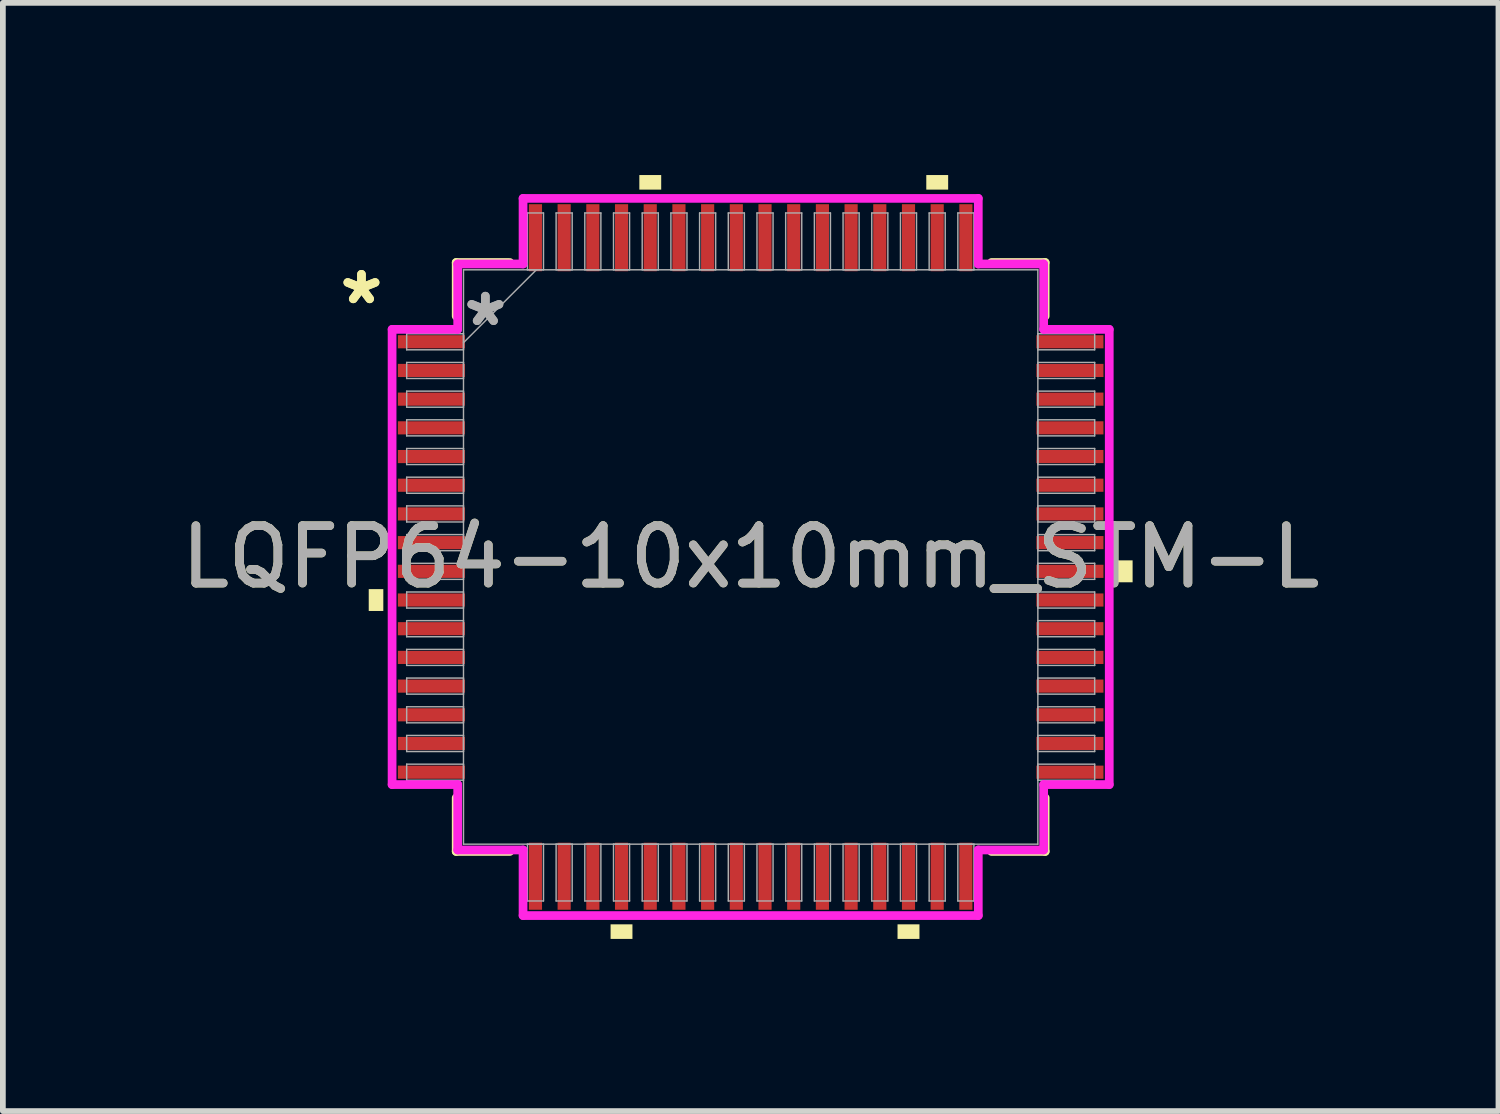
<source format=kicad_pcb>
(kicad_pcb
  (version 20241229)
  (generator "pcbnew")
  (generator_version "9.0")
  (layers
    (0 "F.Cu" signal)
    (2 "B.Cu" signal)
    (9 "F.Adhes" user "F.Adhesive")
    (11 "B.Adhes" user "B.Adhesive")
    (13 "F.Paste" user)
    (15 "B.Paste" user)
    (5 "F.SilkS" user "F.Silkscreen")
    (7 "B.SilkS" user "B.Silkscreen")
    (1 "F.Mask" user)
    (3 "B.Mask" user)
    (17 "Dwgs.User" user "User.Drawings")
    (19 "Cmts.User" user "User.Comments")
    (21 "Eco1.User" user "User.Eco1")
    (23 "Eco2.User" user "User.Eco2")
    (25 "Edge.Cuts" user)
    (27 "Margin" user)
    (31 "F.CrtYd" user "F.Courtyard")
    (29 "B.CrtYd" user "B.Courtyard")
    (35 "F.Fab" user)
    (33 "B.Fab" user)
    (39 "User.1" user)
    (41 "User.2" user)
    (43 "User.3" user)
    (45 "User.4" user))
  (footprint "LQFP64-10x10mm_STM-L"
    (layer "F.Cu")
    (at 10.03 6.655)
    (property "Reference" "LQFP64-10x10mm_STM-L" (at 0 0 0) (unlocked yes) (layer "F.SilkS") (effects (font (size 1 1) (thickness 0.15))))
    (attr smd)
    (fp_line (start -5.131 -5.131) (end -5.131 -4.197) (stroke (width 0.152) (type solid)) (layer "F.SilkS"))
    (fp_line (start -5.131 4.197) (end -5.131 5.131) (stroke (width 0.152) (type solid)) (layer "F.SilkS"))
    (fp_line (start -5.131 5.131) (end -4.197 5.131) (stroke (width 0.152) (type solid)) (layer "F.SilkS"))
    (fp_line (start -4.197 -5.131) (end -5.131 -5.131) (stroke (width 0.152) (type solid)) (layer "F.SilkS"))
    (fp_line (start 4.197 5.131) (end 5.131 5.131) (stroke (width 0.152) (type solid)) (layer "F.SilkS"))
    (fp_line (start 5.131 -5.131) (end 4.197 -5.131) (stroke (width 0.152) (type solid)) (layer "F.SilkS"))
    (fp_line (start 5.131 -4.197) (end 5.131 -5.131) (stroke (width 0.152) (type solid)) (layer "F.SilkS"))
    (fp_line (start 5.131 5.131) (end 5.131 4.197) (stroke (width 0.152) (type solid)) (layer "F.SilkS"))
    (fp_poly (pts (xy -6.655 0.56) (xy -6.655 0.941) (xy -6.401 0.941) (xy -6.401 0.56)) (stroke (width 0) (type solid)) (fill yes) (layer "F.SilkS"))
    (fp_poly (pts (xy -2.441 6.401) (xy -2.441 6.655) (xy -2.06 6.655) (xy -2.06 6.401)) (stroke (width 0) (type solid)) (fill yes) (layer "F.SilkS"))
    (fp_poly (pts (xy -1.94 -6.401) (xy -1.94 -6.655) (xy -1.559 -6.655) (xy -1.559 -6.401)) (stroke (width 0) (type solid)) (fill yes) (layer "F.SilkS"))
    (fp_poly (pts (xy 2.559 6.401) (xy 2.559 6.655) (xy 2.941 6.655) (xy 2.941 6.401)) (stroke (width 0) (type solid)) (fill yes) (layer "F.SilkS"))
    (fp_poly (pts (xy 3.06 -6.401) (xy 3.06 -6.655) (xy 3.441 -6.655) (xy 3.441 -6.401)) (stroke (width 0) (type solid)) (fill yes) (layer "F.SilkS"))
    (fp_poly (pts (xy 6.655 0.059) (xy 6.655 0.441) (xy 6.401 0.441) (xy 6.401 0.059)) (stroke (width 0) (type solid)) (fill yes) (layer "F.SilkS"))
    (fp_line (start -6.248 -3.966) (end -5.105 -3.966) (stroke (width 0.152) (type solid)) (layer "F.CrtYd"))
    (fp_line (start -6.248 3.966) (end -6.248 -3.966) (stroke (width 0.152) (type solid)) (layer "F.CrtYd"))
    (fp_line (start -5.105 -5.105) (end -3.966 -5.105) (stroke (width 0.152) (type solid)) (layer "F.CrtYd"))
    (fp_line (start -5.105 -3.966) (end -5.105 -5.105) (stroke (width 0.152) (type solid)) (layer "F.CrtYd"))
    (fp_line (start -5.105 3.966) (end -6.248 3.966) (stroke (width 0.152) (type solid)) (layer "F.CrtYd"))
    (fp_line (start -5.105 5.105) (end -5.105 3.966) (stroke (width 0.152) (type solid)) (layer "F.CrtYd"))
    (fp_line (start -5.105 5.105) (end -3.966 5.105) (stroke (width 0.152) (type solid)) (layer "F.CrtYd"))
    (fp_line (start -3.966 -6.248) (end 3.966 -6.248) (stroke (width 0.152) (type solid)) (layer "F.CrtYd"))
    (fp_line (start -3.966 -5.105) (end -3.966 -6.248) (stroke (width 0.152) (type solid)) (layer "F.CrtYd"))
    (fp_line (start -3.966 5.105) (end -3.966 6.248) (stroke (width 0.152) (type solid)) (layer "F.CrtYd"))
    (fp_line (start -3.966 6.248) (end 3.966 6.248) (stroke (width 0.152) (type solid)) (layer "F.CrtYd"))
    (fp_line (start 3.966 -6.248) (end 3.966 -5.105) (stroke (width 0.152) (type solid)) (layer "F.CrtYd"))
    (fp_line (start 3.966 -5.105) (end 5.105 -5.105) (stroke (width 0.152) (type solid)) (layer "F.CrtYd"))
    (fp_line (start 3.966 5.105) (end 5.105 5.105) (stroke (width 0.152) (type solid)) (layer "F.CrtYd"))
    (fp_line (start 3.966 6.248) (end 3.966 5.105) (stroke (width 0.152) (type solid)) (layer "F.CrtYd"))
    (fp_line (start 5.105 -3.966) (end 5.105 -5.105) (stroke (width 0.152) (type solid)) (layer "F.CrtYd"))
    (fp_line (start 5.105 3.966) (end 6.248 3.966) (stroke (width 0.152) (type solid)) (layer "F.CrtYd"))
    (fp_line (start 5.105 5.105) (end 5.105 3.966) (stroke (width 0.152) (type solid)) (layer "F.CrtYd"))
    (fp_line (start 6.248 -3.966) (end 5.105 -3.966) (stroke (width 0.152) (type solid)) (layer "F.CrtYd"))
    (fp_line (start 6.248 3.966) (end 6.248 -3.966) (stroke (width 0.152) (type solid)) (layer "F.CrtYd"))
    (fp_line (start -5.994 -3.89) (end -5.994 -3.61) (stroke (width 0.025) (type solid)) (layer "F.Fab"))
    (fp_line (start -5.994 -3.61) (end -5.004 -3.61) (stroke (width 0.025) (type solid)) (layer "F.Fab"))
    (fp_line (start -5.994 -3.39) (end -5.994 -3.11) (stroke (width 0.025) (type solid)) (layer "F.Fab"))
    (fp_line (start -5.994 -3.11) (end -5.004 -3.11) (stroke (width 0.025) (type solid)) (layer "F.Fab"))
    (fp_line (start -5.994 -2.89) (end -5.994 -2.61) (stroke (width 0.025) (type solid)) (layer "F.Fab"))
    (fp_line (start -5.994 -2.61) (end -5.004 -2.61) (stroke (width 0.025) (type solid)) (layer "F.Fab"))
    (fp_line (start -5.994 -2.39) (end -5.994 -2.11) (stroke (width 0.025) (type solid)) (layer "F.Fab"))
    (fp_line (start -5.994 -2.11) (end -5.004 -2.11) (stroke (width 0.025) (type solid)) (layer "F.Fab"))
    (fp_line (start -5.994 -1.89) (end -5.994 -1.61) (stroke (width 0.025) (type solid)) (layer "F.Fab"))
    (fp_line (start -5.994 -1.61) (end -5.004 -1.61) (stroke (width 0.025) (type solid)) (layer "F.Fab"))
    (fp_line (start -5.994 -1.39) (end -5.994 -1.11) (stroke (width 0.025) (type solid)) (layer "F.Fab"))
    (fp_line (start -5.994 -1.11) (end -5.004 -1.11) (stroke (width 0.025) (type solid)) (layer "F.Fab"))
    (fp_line (start -5.994 -0.89) (end -5.994 -0.61) (stroke (width 0.025) (type solid)) (layer "F.Fab"))
    (fp_line (start -5.994 -0.61) (end -5.004 -0.61) (stroke (width 0.025) (type solid)) (layer "F.Fab"))
    (fp_line (start -5.994 -0.39) (end -5.994 -0.11) (stroke (width 0.025) (type solid)) (layer "F.Fab"))
    (fp_line (start -5.994 -0.11) (end -5.004 -0.11) (stroke (width 0.025) (type solid)) (layer "F.Fab"))
    (fp_line (start -5.994 0.11) (end -5.994 0.39) (stroke (width 0.025) (type solid)) (layer "F.Fab"))
    (fp_line (start -5.994 0.39) (end -5.004 0.39) (stroke (width 0.025) (type solid)) (layer "F.Fab"))
    (fp_line (start -5.994 0.61) (end -5.994 0.89) (stroke (width 0.025) (type solid)) (layer "F.Fab"))
    (fp_line (start -5.994 0.89) (end -5.004 0.89) (stroke (width 0.025) (type solid)) (layer "F.Fab"))
    (fp_line (start -5.994 1.11) (end -5.994 1.39) (stroke (width 0.025) (type solid)) (layer "F.Fab"))
    (fp_line (start -5.994 1.39) (end -5.004 1.39) (stroke (width 0.025) (type solid)) (layer "F.Fab"))
    (fp_line (start -5.994 1.61) (end -5.994 1.89) (stroke (width 0.025) (type solid)) (layer "F.Fab"))
    (fp_line (start -5.994 1.89) (end -5.004 1.89) (stroke (width 0.025) (type solid)) (layer "F.Fab"))
    (fp_line (start -5.994 2.11) (end -5.994 2.39) (stroke (width 0.025) (type solid)) (layer "F.Fab"))
    (fp_line (start -5.994 2.39) (end -5.004 2.39) (stroke (width 0.025) (type solid)) (layer "F.Fab"))
    (fp_line (start -5.994 2.61) (end -5.994 2.89) (stroke (width 0.025) (type solid)) (layer "F.Fab"))
    (fp_line (start -5.994 2.89) (end -5.004 2.89) (stroke (width 0.025) (type solid)) (layer "F.Fab"))
    (fp_line (start -5.994 3.11) (end -5.994 3.39) (stroke (width 0.025) (type solid)) (layer "F.Fab"))
    (fp_line (start -5.994 3.39) (end -5.004 3.39) (stroke (width 0.025) (type solid)) (layer "F.Fab"))
    (fp_line (start -5.994 3.61) (end -5.994 3.89) (stroke (width 0.025) (type solid)) (layer "F.Fab"))
    (fp_line (start -5.994 3.89) (end -5.004 3.89) (stroke (width 0.025) (type solid)) (layer "F.Fab"))
    (fp_line (start -5.004 -5.004) (end -5.004 5.004) (stroke (width 0.025) (type solid)) (layer "F.Fab"))
    (fp_line (start -5.004 -3.89) (end -5.994 -3.89) (stroke (width 0.025) (type solid)) (layer "F.Fab"))
    (fp_line (start -5.004 -3.734) (end -3.734 -5.004) (stroke (width 0.025) (type solid)) (layer "F.Fab"))
    (fp_line (start -5.004 -3.61) (end -5.004 -3.89) (stroke (width 0.025) (type solid)) (layer "F.Fab"))
    (fp_line (start -5.004 -3.39) (end -5.994 -3.39) (stroke (width 0.025) (type solid)) (layer "F.Fab"))
    (fp_line (start -5.004 -3.11) (end -5.004 -3.39) (stroke (width 0.025) (type solid)) (layer "F.Fab"))
    (fp_line (start -5.004 -2.89) (end -5.994 -2.89) (stroke (width 0.025) (type solid)) (layer "F.Fab"))
    (fp_line (start -5.004 -2.61) (end -5.004 -2.89) (stroke (width 0.025) (type solid)) (layer "F.Fab"))
    (fp_line (start -5.004 -2.39) (end -5.994 -2.39) (stroke (width 0.025) (type solid)) (layer "F.Fab"))
    (fp_line (start -5.004 -2.11) (end -5.004 -2.39) (stroke (width 0.025) (type solid)) (layer "F.Fab"))
    (fp_line (start -5.004 -1.89) (end -5.994 -1.89) (stroke (width 0.025) (type solid)) (layer "F.Fab"))
    (fp_line (start -5.004 -1.61) (end -5.004 -1.89) (stroke (width 0.025) (type solid)) (layer "F.Fab"))
    (fp_line (start -5.004 -1.39) (end -5.994 -1.39) (stroke (width 0.025) (type solid)) (layer "F.Fab"))
    (fp_line (start -5.004 -1.11) (end -5.004 -1.39) (stroke (width 0.025) (type solid)) (layer "F.Fab"))
    (fp_line (start -5.004 -0.89) (end -5.994 -0.89) (stroke (width 0.025) (type solid)) (layer "F.Fab"))
    (fp_line (start -5.004 -0.61) (end -5.004 -0.89) (stroke (width 0.025) (type solid)) (layer "F.Fab"))
    (fp_line (start -5.004 -0.39) (end -5.994 -0.39) (stroke (width 0.025) (type solid)) (layer "F.Fab"))
    (fp_line (start -5.004 -0.11) (end -5.004 -0.39) (stroke (width 0.025) (type solid)) (layer "F.Fab"))
    (fp_line (start -5.004 0.11) (end -5.994 0.11) (stroke (width 0.025) (type solid)) (layer "F.Fab"))
    (fp_line (start -5.004 0.39) (end -5.004 0.11) (stroke (width 0.025) (type solid)) (layer "F.Fab"))
    (fp_line (start -5.004 0.61) (end -5.994 0.61) (stroke (width 0.025) (type solid)) (layer "F.Fab"))
    (fp_line (start -5.004 0.89) (end -5.004 0.61) (stroke (width 0.025) (type solid)) (layer "F.Fab"))
    (fp_line (start -5.004 1.11) (end -5.994 1.11) (stroke (width 0.025) (type solid)) (layer "F.Fab"))
    (fp_line (start -5.004 1.39) (end -5.004 1.11) (stroke (width 0.025) (type solid)) (layer "F.Fab"))
    (fp_line (start -5.004 1.61) (end -5.994 1.61) (stroke (width 0.025) (type solid)) (layer "F.Fab"))
    (fp_line (start -5.004 1.89) (end -5.004 1.61) (stroke (width 0.025) (type solid)) (layer "F.Fab"))
    (fp_line (start -5.004 2.11) (end -5.994 2.11) (stroke (width 0.025) (type solid)) (layer "F.Fab"))
    (fp_line (start -5.004 2.39) (end -5.004 2.11) (stroke (width 0.025) (type solid)) (layer "F.Fab"))
    (fp_line (start -5.004 2.61) (end -5.994 2.61) (stroke (width 0.025) (type solid)) (layer "F.Fab"))
    (fp_line (start -5.004 2.89) (end -5.004 2.61) (stroke (width 0.025) (type solid)) (layer "F.Fab"))
    (fp_line (start -5.004 3.11) (end -5.994 3.11) (stroke (width 0.025) (type solid)) (layer "F.Fab"))
    (fp_line (start -5.004 3.39) (end -5.004 3.11) (stroke (width 0.025) (type solid)) (layer "F.Fab"))
    (fp_line (start -5.004 3.61) (end -5.994 3.61) (stroke (width 0.025) (type solid)) (layer "F.Fab"))
    (fp_line (start -5.004 3.89) (end -5.004 3.61) (stroke (width 0.025) (type solid)) (layer "F.Fab"))
    (fp_line (start -5.004 5.004) (end 5.004 5.004) (stroke (width 0.025) (type solid)) (layer "F.Fab"))
    (fp_line (start -3.89 -5.994) (end -3.89 -5.004) (stroke (width 0.025) (type solid)) (layer "F.Fab"))
    (fp_line (start -3.89 -5.004) (end -3.61 -5.004) (stroke (width 0.025) (type solid)) (layer "F.Fab"))
    (fp_line (start -3.89 5.004) (end -3.89 5.994) (stroke (width 0.025) (type solid)) (layer "F.Fab"))
    (fp_line (start -3.89 5.994) (end -3.61 5.994) (stroke (width 0.025) (type solid)) (layer "F.Fab"))
    (fp_line (start -3.61 -5.994) (end -3.89 -5.994) (stroke (width 0.025) (type solid)) (layer "F.Fab"))
    (fp_line (start -3.61 -5.004) (end -3.61 -5.994) (stroke (width 0.025) (type solid)) (layer "F.Fab"))
    (fp_line (start -3.61 5.004) (end -3.89 5.004) (stroke (width 0.025) (type solid)) (layer "F.Fab"))
    (fp_line (start -3.61 5.994) (end -3.61 5.004) (stroke (width 0.025) (type solid)) (layer "F.Fab"))
    (fp_line (start -3.39 -5.994) (end -3.39 -5.004) (stroke (width 0.025) (type solid)) (layer "F.Fab"))
    (fp_line (start -3.39 -5.004) (end -3.11 -5.004) (stroke (width 0.025) (type solid)) (layer "F.Fab"))
    (fp_line (start -3.39 5.004) (end -3.39 5.994) (stroke (width 0.025) (type solid)) (layer "F.Fab"))
    (fp_line (start -3.39 5.994) (end -3.11 5.994) (stroke (width 0.025) (type solid)) (layer "F.Fab"))
    (fp_line (start -3.11 -5.994) (end -3.39 -5.994) (stroke (width 0.025) (type solid)) (layer "F.Fab"))
    (fp_line (start -3.11 -5.004) (end -3.11 -5.994) (stroke (width 0.025) (type solid)) (layer "F.Fab"))
    (fp_line (start -3.11 5.004) (end -3.39 5.004) (stroke (width 0.025) (type solid)) (layer "F.Fab"))
    (fp_line (start -3.11 5.994) (end -3.11 5.004) (stroke (width 0.025) (type solid)) (layer "F.Fab"))
    (fp_line (start -2.89 -5.994) (end -2.89 -5.004) (stroke (width 0.025) (type solid)) (layer "F.Fab"))
    (fp_line (start -2.89 -5.004) (end -2.61 -5.004) (stroke (width 0.025) (type solid)) (layer "F.Fab"))
    (fp_line (start -2.89 5.004) (end -2.89 5.994) (stroke (width 0.025) (type solid)) (layer "F.Fab"))
    (fp_line (start -2.89 5.994) (end -2.61 5.994) (stroke (width 0.025) (type solid)) (layer "F.Fab"))
    (fp_line (start -2.61 -5.994) (end -2.89 -5.994) (stroke (width 0.025) (type solid)) (layer "F.Fab"))
    (fp_line (start -2.61 -5.004) (end -2.61 -5.994) (stroke (width 0.025) (type solid)) (layer "F.Fab"))
    (fp_line (start -2.61 5.004) (end -2.89 5.004) (stroke (width 0.025) (type solid)) (layer "F.Fab"))
    (fp_line (start -2.61 5.994) (end -2.61 5.004) (stroke (width 0.025) (type solid)) (layer "F.Fab"))
    (fp_line (start -2.39 -5.994) (end -2.39 -5.004) (stroke (width 0.025) (type solid)) (layer "F.Fab"))
    (fp_line (start -2.39 -5.004) (end -2.11 -5.004) (stroke (width 0.025) (type solid)) (layer "F.Fab"))
    (fp_line (start -2.39 5.004) (end -2.39 5.994) (stroke (width 0.025) (type solid)) (layer "F.Fab"))
    (fp_line (start -2.39 5.994) (end -2.11 5.994) (stroke (width 0.025) (type solid)) (layer "F.Fab"))
    (fp_line (start -2.11 -5.994) (end -2.39 -5.994) (stroke (width 0.025) (type solid)) (layer "F.Fab"))
    (fp_line (start -2.11 -5.004) (end -2.11 -5.994) (stroke (width 0.025) (type solid)) (layer "F.Fab"))
    (fp_line (start -2.11 5.004) (end -2.39 5.004) (stroke (width 0.025) (type solid)) (layer "F.Fab"))
    (fp_line (start -2.11 5.994) (end -2.11 5.004) (stroke (width 0.025) (type solid)) (layer "F.Fab"))
    (fp_line (start -1.89 -5.994) (end -1.89 -5.004) (stroke (width 0.025) (type solid)) (layer "F.Fab"))
    (fp_line (start -1.89 -5.004) (end -1.61 -5.004) (stroke (width 0.025) (type solid)) (layer "F.Fab"))
    (fp_line (start -1.89 5.004) (end -1.89 5.994) (stroke (width 0.025) (type solid)) (layer "F.Fab"))
    (fp_line (start -1.89 5.994) (end -1.61 5.994) (stroke (width 0.025) (type solid)) (layer "F.Fab"))
    (fp_line (start -1.61 -5.994) (end -1.89 -5.994) (stroke (width 0.025) (type solid)) (layer "F.Fab"))
    (fp_line (start -1.61 -5.004) (end -1.61 -5.994) (stroke (width 0.025) (type solid)) (layer "F.Fab"))
    (fp_line (start -1.61 5.004) (end -1.89 5.004) (stroke (width 0.025) (type solid)) (layer "F.Fab"))
    (fp_line (start -1.61 5.994) (end -1.61 5.004) (stroke (width 0.025) (type solid)) (layer "F.Fab"))
    (fp_line (start -1.39 -5.994) (end -1.39 -5.004) (stroke (width 0.025) (type solid)) (layer "F.Fab"))
    (fp_line (start -1.39 -5.004) (end -1.11 -5.004) (stroke (width 0.025) (type solid)) (layer "F.Fab"))
    (fp_line (start -1.39 5.004) (end -1.39 5.994) (stroke (width 0.025) (type solid)) (layer "F.Fab"))
    (fp_line (start -1.39 5.994) (end -1.11 5.994) (stroke (width 0.025) (type solid)) (layer "F.Fab"))
    (fp_line (start -1.11 -5.994) (end -1.39 -5.994) (stroke (width 0.025) (type solid)) (layer "F.Fab"))
    (fp_line (start -1.11 -5.004) (end -1.11 -5.994) (stroke (width 0.025) (type solid)) (layer "F.Fab"))
    (fp_line (start -1.11 5.004) (end -1.39 5.004) (stroke (width 0.025) (type solid)) (layer "F.Fab"))
    (fp_line (start -1.11 5.994) (end -1.11 5.004) (stroke (width 0.025) (type solid)) (layer "F.Fab"))
    (fp_line (start -0.89 -5.994) (end -0.89 -5.004) (stroke (width 0.025) (type solid)) (layer "F.Fab"))
    (fp_line (start -0.89 -5.004) (end -0.61 -5.004) (stroke (width 0.025) (type solid)) (layer "F.Fab"))
    (fp_line (start -0.89 5.004) (end -0.89 5.994) (stroke (width 0.025) (type solid)) (layer "F.Fab"))
    (fp_line (start -0.89 5.994) (end -0.61 5.994) (stroke (width 0.025) (type solid)) (layer "F.Fab"))
    (fp_line (start -0.61 -5.994) (end -0.89 -5.994) (stroke (width 0.025) (type solid)) (layer "F.Fab"))
    (fp_line (start -0.61 -5.004) (end -0.61 -5.994) (stroke (width 0.025) (type solid)) (layer "F.Fab"))
    (fp_line (start -0.61 5.004) (end -0.89 5.004) (stroke (width 0.025) (type solid)) (layer "F.Fab"))
    (fp_line (start -0.61 5.994) (end -0.61 5.004) (stroke (width 0.025) (type solid)) (layer "F.Fab"))
    (fp_line (start -0.39 -5.994) (end -0.39 -5.004) (stroke (width 0.025) (type solid)) (layer "F.Fab"))
    (fp_line (start -0.39 -5.004) (end -0.11 -5.004) (stroke (width 0.025) (type solid)) (layer "F.Fab"))
    (fp_line (start -0.39 5.004) (end -0.39 5.994) (stroke (width 0.025) (type solid)) (layer "F.Fab"))
    (fp_line (start -0.39 5.994) (end -0.11 5.994) (stroke (width 0.025) (type solid)) (layer "F.Fab"))
    (fp_line (start -0.11 -5.994) (end -0.39 -5.994) (stroke (width 0.025) (type solid)) (layer "F.Fab"))
    (fp_line (start -0.11 -5.004) (end -0.11 -5.994) (stroke (width 0.025) (type solid)) (layer "F.Fab"))
    (fp_line (start -0.11 5.004) (end -0.39 5.004) (stroke (width 0.025) (type solid)) (layer "F.Fab"))
    (fp_line (start -0.11 5.994) (end -0.11 5.004) (stroke (width 0.025) (type solid)) (layer "F.Fab"))
    (fp_line (start 0.11 -5.994) (end 0.11 -5.004) (stroke (width 0.025) (type solid)) (layer "F.Fab"))
    (fp_line (start 0.11 -5.004) (end 0.39 -5.004) (stroke (width 0.025) (type solid)) (layer "F.Fab"))
    (fp_line (start 0.11 5.004) (end 0.11 5.994) (stroke (width 0.025) (type solid)) (layer "F.Fab"))
    (fp_line (start 0.11 5.994) (end 0.39 5.994) (stroke (width 0.025) (type solid)) (layer "F.Fab"))
    (fp_line (start 0.39 -5.994) (end 0.11 -5.994) (stroke (width 0.025) (type solid)) (layer "F.Fab"))
    (fp_line (start 0.39 -5.004) (end 0.39 -5.994) (stroke (width 0.025) (type solid)) (layer "F.Fab"))
    (fp_line (start 0.39 5.004) (end 0.11 5.004) (stroke (width 0.025) (type solid)) (layer "F.Fab"))
    (fp_line (start 0.39 5.994) (end 0.39 5.004) (stroke (width 0.025) (type solid)) (layer "F.Fab"))
    (fp_line (start 0.61 -5.994) (end 0.61 -5.004) (stroke (width 0.025) (type solid)) (layer "F.Fab"))
    (fp_line (start 0.61 -5.004) (end 0.89 -5.004) (stroke (width 0.025) (type solid)) (layer "F.Fab"))
    (fp_line (start 0.61 5.004) (end 0.61 5.994) (stroke (width 0.025) (type solid)) (layer "F.Fab"))
    (fp_line (start 0.61 5.994) (end 0.89 5.994) (stroke (width 0.025) (type solid)) (layer "F.Fab"))
    (fp_line (start 0.89 -5.994) (end 0.61 -5.994) (stroke (width 0.025) (type solid)) (layer "F.Fab"))
    (fp_line (start 0.89 -5.004) (end 0.89 -5.994) (stroke (width 0.025) (type solid)) (layer "F.Fab"))
    (fp_line (start 0.89 5.004) (end 0.61 5.004) (stroke (width 0.025) (type solid)) (layer "F.Fab"))
    (fp_line (start 0.89 5.994) (end 0.89 5.004) (stroke (width 0.025) (type solid)) (layer "F.Fab"))
    (fp_line (start 1.11 -5.994) (end 1.11 -5.004) (stroke (width 0.025) (type solid)) (layer "F.Fab"))
    (fp_line (start 1.11 -5.004) (end 1.39 -5.004) (stroke (width 0.025) (type solid)) (layer "F.Fab"))
    (fp_line (start 1.11 5.004) (end 1.11 5.994) (stroke (width 0.025) (type solid)) (layer "F.Fab"))
    (fp_line (start 1.11 5.994) (end 1.39 5.994) (stroke (width 0.025) (type solid)) (layer "F.Fab"))
    (fp_line (start 1.39 -5.994) (end 1.11 -5.994) (stroke (width 0.025) (type solid)) (layer "F.Fab"))
    (fp_line (start 1.39 -5.004) (end 1.39 -5.994) (stroke (width 0.025) (type solid)) (layer "F.Fab"))
    (fp_line (start 1.39 5.004) (end 1.11 5.004) (stroke (width 0.025) (type solid)) (layer "F.Fab"))
    (fp_line (start 1.39 5.994) (end 1.39 5.004) (stroke (width 0.025) (type solid)) (layer "F.Fab"))
    (fp_line (start 1.61 -5.994) (end 1.61 -5.004) (stroke (width 0.025) (type solid)) (layer "F.Fab"))
    (fp_line (start 1.61 -5.004) (end 1.89 -5.004) (stroke (width 0.025) (type solid)) (layer "F.Fab"))
    (fp_line (start 1.61 5.004) (end 1.61 5.994) (stroke (width 0.025) (type solid)) (layer "F.Fab"))
    (fp_line (start 1.61 5.994) (end 1.89 5.994) (stroke (width 0.025) (type solid)) (layer "F.Fab"))
    (fp_line (start 1.89 -5.994) (end 1.61 -5.994) (stroke (width 0.025) (type solid)) (layer "F.Fab"))
    (fp_line (start 1.89 -5.004) (end 1.89 -5.994) (stroke (width 0.025) (type solid)) (layer "F.Fab"))
    (fp_line (start 1.89 5.004) (end 1.61 5.004) (stroke (width 0.025) (type solid)) (layer "F.Fab"))
    (fp_line (start 1.89 5.994) (end 1.89 5.004) (stroke (width 0.025) (type solid)) (layer "F.Fab"))
    (fp_line (start 2.11 -5.994) (end 2.11 -5.004) (stroke (width 0.025) (type solid)) (layer "F.Fab"))
    (fp_line (start 2.11 -5.004) (end 2.39 -5.004) (stroke (width 0.025) (type solid)) (layer "F.Fab"))
    (fp_line (start 2.11 5.004) (end 2.11 5.994) (stroke (width 0.025) (type solid)) (layer "F.Fab"))
    (fp_line (start 2.11 5.994) (end 2.39 5.994) (stroke (width 0.025) (type solid)) (layer "F.Fab"))
    (fp_line (start 2.39 -5.994) (end 2.11 -5.994) (stroke (width 0.025) (type solid)) (layer "F.Fab"))
    (fp_line (start 2.39 -5.004) (end 2.39 -5.994) (stroke (width 0.025) (type solid)) (layer "F.Fab"))
    (fp_line (start 2.39 5.004) (end 2.11 5.004) (stroke (width 0.025) (type solid)) (layer "F.Fab"))
    (fp_line (start 2.39 5.994) (end 2.39 5.004) (stroke (width 0.025) (type solid)) (layer "F.Fab"))
    (fp_line (start 2.61 -5.994) (end 2.61 -5.004) (stroke (width 0.025) (type solid)) (layer "F.Fab"))
    (fp_line (start 2.61 -5.004) (end 2.89 -5.004) (stroke (width 0.025) (type solid)) (layer "F.Fab"))
    (fp_line (start 2.61 5.004) (end 2.61 5.994) (stroke (width 0.025) (type solid)) (layer "F.Fab"))
    (fp_line (start 2.61 5.994) (end 2.89 5.994) (stroke (width 0.025) (type solid)) (layer "F.Fab"))
    (fp_line (start 2.89 -5.994) (end 2.61 -5.994) (stroke (width 0.025) (type solid)) (layer "F.Fab"))
    (fp_line (start 2.89 -5.004) (end 2.89 -5.994) (stroke (width 0.025) (type solid)) (layer "F.Fab"))
    (fp_line (start 2.89 5.004) (end 2.61 5.004) (stroke (width 0.025) (type solid)) (layer "F.Fab"))
    (fp_line (start 2.89 5.994) (end 2.89 5.004) (stroke (width 0.025) (type solid)) (layer "F.Fab"))
    (fp_line (start 3.11 -5.994) (end 3.11 -5.004) (stroke (width 0.025) (type solid)) (layer "F.Fab"))
    (fp_line (start 3.11 -5.004) (end 3.39 -5.004) (stroke (width 0.025) (type solid)) (layer "F.Fab"))
    (fp_line (start 3.11 5.004) (end 3.11 5.994) (stroke (width 0.025) (type solid)) (layer "F.Fab"))
    (fp_line (start 3.11 5.994) (end 3.39 5.994) (stroke (width 0.025) (type solid)) (layer "F.Fab"))
    (fp_line (start 3.39 -5.994) (end 3.11 -5.994) (stroke (width 0.025) (type solid)) (layer "F.Fab"))
    (fp_line (start 3.39 -5.004) (end 3.39 -5.994) (stroke (width 0.025) (type solid)) (layer "F.Fab"))
    (fp_line (start 3.39 5.004) (end 3.11 5.004) (stroke (width 0.025) (type solid)) (layer "F.Fab"))
    (fp_line (start 3.39 5.994) (end 3.39 5.004) (stroke (width 0.025) (type solid)) (layer "F.Fab"))
    (fp_line (start 3.61 -5.994) (end 3.61 -5.004) (stroke (width 0.025) (type solid)) (layer "F.Fab"))
    (fp_line (start 3.61 -5.004) (end 3.89 -5.004) (stroke (width 0.025) (type solid)) (layer "F.Fab"))
    (fp_line (start 3.61 5.004) (end 3.61 5.994) (stroke (width 0.025) (type solid)) (layer "F.Fab"))
    (fp_line (start 3.61 5.994) (end 3.89 5.994) (stroke (width 0.025) (type solid)) (layer "F.Fab"))
    (fp_line (start 3.89 -5.994) (end 3.61 -5.994) (stroke (width 0.025) (type solid)) (layer "F.Fab"))
    (fp_line (start 3.89 -5.004) (end 3.89 -5.994) (stroke (width 0.025) (type solid)) (layer "F.Fab"))
    (fp_line (start 3.89 5.004) (end 3.61 5.004) (stroke (width 0.025) (type solid)) (layer "F.Fab"))
    (fp_line (start 3.89 5.994) (end 3.89 5.004) (stroke (width 0.025) (type solid)) (layer "F.Fab"))
    (fp_line (start 5.004 -5.004) (end -5.004 -5.004) (stroke (width 0.025) (type solid)) (layer "F.Fab"))
    (fp_line (start 5.004 -3.89) (end 5.004 -3.61) (stroke (width 0.025) (type solid)) (layer "F.Fab"))
    (fp_line (start 5.004 -3.61) (end 5.994 -3.61) (stroke (width 0.025) (type solid)) (layer "F.Fab"))
    (fp_line (start 5.004 -3.39) (end 5.004 -3.11) (stroke (width 0.025) (type solid)) (layer "F.Fab"))
    (fp_line (start 5.004 -3.11) (end 5.994 -3.11) (stroke (width 0.025) (type solid)) (layer "F.Fab"))
    (fp_line (start 5.004 -2.89) (end 5.004 -2.61) (stroke (width 0.025) (type solid)) (layer "F.Fab"))
    (fp_line (start 5.004 -2.61) (end 5.994 -2.61) (stroke (width 0.025) (type solid)) (layer "F.Fab"))
    (fp_line (start 5.004 -2.39) (end 5.004 -2.11) (stroke (width 0.025) (type solid)) (layer "F.Fab"))
    (fp_line (start 5.004 -2.11) (end 5.994 -2.11) (stroke (width 0.025) (type solid)) (layer "F.Fab"))
    (fp_line (start 5.004 -1.89) (end 5.004 -1.61) (stroke (width 0.025) (type solid)) (layer "F.Fab"))
    (fp_line (start 5.004 -1.61) (end 5.994 -1.61) (stroke (width 0.025) (type solid)) (layer "F.Fab"))
    (fp_line (start 5.004 -1.39) (end 5.004 -1.11) (stroke (width 0.025) (type solid)) (layer "F.Fab"))
    (fp_line (start 5.004 -1.11) (end 5.994 -1.11) (stroke (width 0.025) (type solid)) (layer "F.Fab"))
    (fp_line (start 5.004 -0.89) (end 5.004 -0.61) (stroke (width 0.025) (type solid)) (layer "F.Fab"))
    (fp_line (start 5.004 -0.61) (end 5.994 -0.61) (stroke (width 0.025) (type solid)) (layer "F.Fab"))
    (fp_line (start 5.004 -0.39) (end 5.004 -0.11) (stroke (width 0.025) (type solid)) (layer "F.Fab"))
    (fp_line (start 5.004 -0.11) (end 5.994 -0.11) (stroke (width 0.025) (type solid)) (layer "F.Fab"))
    (fp_line (start 5.004 0.11) (end 5.004 0.39) (stroke (width 0.025) (type solid)) (layer "F.Fab"))
    (fp_line (start 5.004 0.39) (end 5.994 0.39) (stroke (width 0.025) (type solid)) (layer "F.Fab"))
    (fp_line (start 5.004 0.61) (end 5.004 0.89) (stroke (width 0.025) (type solid)) (layer "F.Fab"))
    (fp_line (start 5.004 0.89) (end 5.994 0.89) (stroke (width 0.025) (type solid)) (layer "F.Fab"))
    (fp_line (start 5.004 1.11) (end 5.004 1.39) (stroke (width 0.025) (type solid)) (layer "F.Fab"))
    (fp_line (start 5.004 1.39) (end 5.994 1.39) (stroke (width 0.025) (type solid)) (layer "F.Fab"))
    (fp_line (start 5.004 1.61) (end 5.004 1.89) (stroke (width 0.025) (type solid)) (layer "F.Fab"))
    (fp_line (start 5.004 1.89) (end 5.994 1.89) (stroke (width 0.025) (type solid)) (layer "F.Fab"))
    (fp_line (start 5.004 2.11) (end 5.004 2.39) (stroke (width 0.025) (type solid)) (layer "F.Fab"))
    (fp_line (start 5.004 2.39) (end 5.994 2.39) (stroke (width 0.025) (type solid)) (layer "F.Fab"))
    (fp_line (start 5.004 2.61) (end 5.004 2.89) (stroke (width 0.025) (type solid)) (layer "F.Fab"))
    (fp_line (start 5.004 2.89) (end 5.994 2.89) (stroke (width 0.025) (type solid)) (layer "F.Fab"))
    (fp_line (start 5.004 3.11) (end 5.004 3.39) (stroke (width 0.025) (type solid)) (layer "F.Fab"))
    (fp_line (start 5.004 3.39) (end 5.994 3.39) (stroke (width 0.025) (type solid)) (layer "F.Fab"))
    (fp_line (start 5.004 3.61) (end 5.004 3.89) (stroke (width 0.025) (type solid)) (layer "F.Fab"))
    (fp_line (start 5.004 3.89) (end 5.994 3.89) (stroke (width 0.025) (type solid)) (layer "F.Fab"))
    (fp_line (start 5.004 5.004) (end 5.004 -5.004) (stroke (width 0.025) (type solid)) (layer "F.Fab"))
    (fp_line (start 5.994 -3.89) (end 5.004 -3.89) (stroke (width 0.025) (type solid)) (layer "F.Fab"))
    (fp_line (start 5.994 -3.61) (end 5.994 -3.89) (stroke (width 0.025) (type solid)) (layer "F.Fab"))
    (fp_line (start 5.994 -3.39) (end 5.004 -3.39) (stroke (width 0.025) (type solid)) (layer "F.Fab"))
    (fp_line (start 5.994 -3.11) (end 5.994 -3.39) (stroke (width 0.025) (type solid)) (layer "F.Fab"))
    (fp_line (start 5.994 -2.89) (end 5.004 -2.89) (stroke (width 0.025) (type solid)) (layer "F.Fab"))
    (fp_line (start 5.994 -2.61) (end 5.994 -2.89) (stroke (width 0.025) (type solid)) (layer "F.Fab"))
    (fp_line (start 5.994 -2.39) (end 5.004 -2.39) (stroke (width 0.025) (type solid)) (layer "F.Fab"))
    (fp_line (start 5.994 -2.11) (end 5.994 -2.39) (stroke (width 0.025) (type solid)) (layer "F.Fab"))
    (fp_line (start 5.994 -1.89) (end 5.004 -1.89) (stroke (width 0.025) (type solid)) (layer "F.Fab"))
    (fp_line (start 5.994 -1.61) (end 5.994 -1.89) (stroke (width 0.025) (type solid)) (layer "F.Fab"))
    (fp_line (start 5.994 -1.39) (end 5.004 -1.39) (stroke (width 0.025) (type solid)) (layer "F.Fab"))
    (fp_line (start 5.994 -1.11) (end 5.994 -1.39) (stroke (width 0.025) (type solid)) (layer "F.Fab"))
    (fp_line (start 5.994 -0.89) (end 5.004 -0.89) (stroke (width 0.025) (type solid)) (layer "F.Fab"))
    (fp_line (start 5.994 -0.61) (end 5.994 -0.89) (stroke (width 0.025) (type solid)) (layer "F.Fab"))
    (fp_line (start 5.994 -0.39) (end 5.004 -0.39) (stroke (width 0.025) (type solid)) (layer "F.Fab"))
    (fp_line (start 5.994 -0.11) (end 5.994 -0.39) (stroke (width 0.025) (type solid)) (layer "F.Fab"))
    (fp_line (start 5.994 0.11) (end 5.004 0.11) (stroke (width 0.025) (type solid)) (layer "F.Fab"))
    (fp_line (start 5.994 0.39) (end 5.994 0.11) (stroke (width 0.025) (type solid)) (layer "F.Fab"))
    (fp_line (start 5.994 0.61) (end 5.004 0.61) (stroke (width 0.025) (type solid)) (layer "F.Fab"))
    (fp_line (start 5.994 0.89) (end 5.994 0.61) (stroke (width 0.025) (type solid)) (layer "F.Fab"))
    (fp_line (start 5.994 1.11) (end 5.004 1.11) (stroke (width 0.025) (type solid)) (layer "F.Fab"))
    (fp_line (start 5.994 1.39) (end 5.994 1.11) (stroke (width 0.025) (type solid)) (layer "F.Fab"))
    (fp_line (start 5.994 1.61) (end 5.004 1.61) (stroke (width 0.025) (type solid)) (layer "F.Fab"))
    (fp_line (start 5.994 1.89) (end 5.994 1.61) (stroke (width 0.025) (type solid)) (layer "F.Fab"))
    (fp_line (start 5.994 2.11) (end 5.004 2.11) (stroke (width 0.025) (type solid)) (layer "F.Fab"))
    (fp_line (start 5.994 2.39) (end 5.994 2.11) (stroke (width 0.025) (type solid)) (layer "F.Fab"))
    (fp_line (start 5.994 2.61) (end 5.004 2.61) (stroke (width 0.025) (type solid)) (layer "F.Fab"))
    (fp_line (start 5.994 2.89) (end 5.994 2.61) (stroke (width 0.025) (type solid)) (layer "F.Fab"))
    (fp_line (start 5.994 3.11) (end 5.004 3.11) (stroke (width 0.025) (type solid)) (layer "F.Fab"))
    (fp_line (start 5.994 3.39) (end 5.994 3.11) (stroke (width 0.025) (type solid)) (layer "F.Fab"))
    (fp_line (start 5.994 3.61) (end 5.004 3.61) (stroke (width 0.025) (type solid)) (layer "F.Fab"))
    (fp_line (start 5.994 3.89) (end 5.994 3.61) (stroke (width 0.025) (type solid)) (layer "F.Fab"))
    (fp_text user "*" (at -6.782 -4.381 0) (unlocked yes) (layer "F.SilkS") (effects (font (size 1 1) (thickness 0.15))))
    (fp_text user "*" (at -6.782 -4.381 0) (layer "F.SilkS") (effects (font (size 1 1) (thickness 0.15))))
    (fp_text user "${REFERENCE}" (at 0 0 0) (unlocked yes) (layer "F.Fab") (effects (font (size 1 1) (thickness 0.15))))
    (fp_text user "*" (at -4.623 -4 0) (layer "F.Fab") (effects (font (size 1 1) (thickness 0.15))))
    (fp_text user "*" (at -4.623 -4 0) (unlocked yes) (layer "F.Fab") (effects (font (size 1 1) (thickness 0.15))))
    (pad "1" smd rect (at -5.563 -3.75 90) (size 0.229 1.168) (layers "F.Cu" "F.Mask" "F.Paste"))
    (pad "2" smd rect (at -5.563 -3.25 90) (size 0.229 1.168) (layers "F.Cu" "F.Mask" "F.Paste"))
    (pad "3" smd rect (at -5.563 -2.75 90) (size 0.229 1.168) (layers "F.Cu" "F.Mask" "F.Paste"))
    (pad "4" smd rect (at -5.563 -2.25 90) (size 0.229 1.168) (layers "F.Cu" "F.Mask" "F.Paste"))
    (pad "5" smd rect (at -5.563 -1.75 90) (size 0.229 1.168) (layers "F.Cu" "F.Mask" "F.Paste"))
    (pad "6" smd rect (at -5.563 -1.25 90) (size 0.229 1.168) (layers "F.Cu" "F.Mask" "F.Paste"))
    (pad "7" smd rect (at -5.563 -0.75 90) (size 0.229 1.168) (layers "F.Cu" "F.Mask" "F.Paste"))
    (pad "8" smd rect (at -5.563 -0.25 90) (size 0.229 1.168) (layers "F.Cu" "F.Mask" "F.Paste"))
    (pad "9" smd rect (at -5.563 0.25 90) (size 0.229 1.168) (layers "F.Cu" "F.Mask" "F.Paste"))
    (pad "10" smd rect (at -5.563 0.75 90) (size 0.229 1.168) (layers "F.Cu" "F.Mask" "F.Paste"))
    (pad "11" smd rect (at -5.563 1.25 90) (size 0.229 1.168) (layers "F.Cu" "F.Mask" "F.Paste"))
    (pad "12" smd rect (at -5.563 1.75 90) (size 0.229 1.168) (layers "F.Cu" "F.Mask" "F.Paste"))
    (pad "13" smd rect (at -5.563 2.25 90) (size 0.229 1.168) (layers "F.Cu" "F.Mask" "F.Paste"))
    (pad "14" smd rect (at -5.563 2.75 90) (size 0.229 1.168) (layers "F.Cu" "F.Mask" "F.Paste"))
    (pad "15" smd rect (at -5.563 3.25 90) (size 0.229 1.168) (layers "F.Cu" "F.Mask" "F.Paste"))
    (pad "16" smd rect (at -5.563 3.75 90) (size 0.229 1.168) (layers "F.Cu" "F.Mask" "F.Paste"))
    (pad "17" smd rect (at -3.75 5.563) (size 0.229 1.168) (layers "F.Cu" "F.Mask" "F.Paste"))
    (pad "18" smd rect (at -3.25 5.563) (size 0.229 1.168) (layers "F.Cu" "F.Mask" "F.Paste"))
    (pad "19" smd rect (at -2.75 5.563) (size 0.229 1.168) (layers "F.Cu" "F.Mask" "F.Paste"))
    (pad "20" smd rect (at -2.25 5.563) (size 0.229 1.168) (layers "F.Cu" "F.Mask" "F.Paste"))
    (pad "21" smd rect (at -1.75 5.563) (size 0.229 1.168) (layers "F.Cu" "F.Mask" "F.Paste"))
    (pad "22" smd rect (at -1.25 5.563) (size 0.229 1.168) (layers "F.Cu" "F.Mask" "F.Paste"))
    (pad "23" smd rect (at -0.75 5.563) (size 0.229 1.168) (layers "F.Cu" "F.Mask" "F.Paste"))
    (pad "24" smd rect (at -0.25 5.563) (size 0.229 1.168) (layers "F.Cu" "F.Mask" "F.Paste"))
    (pad "25" smd rect (at 0.25 5.563) (size 0.229 1.168) (layers "F.Cu" "F.Mask" "F.Paste"))
    (pad "26" smd rect (at 0.75 5.563) (size 0.229 1.168) (layers "F.Cu" "F.Mask" "F.Paste"))
    (pad "27" smd rect (at 1.25 5.563) (size 0.229 1.168) (layers "F.Cu" "F.Mask" "F.Paste"))
    (pad "28" smd rect (at 1.75 5.563) (size 0.229 1.168) (layers "F.Cu" "F.Mask" "F.Paste"))
    (pad "29" smd rect (at 2.25 5.563) (size 0.229 1.168) (layers "F.Cu" "F.Mask" "F.Paste"))
    (pad "30" smd rect (at 2.75 5.563) (size 0.229 1.168) (layers "F.Cu" "F.Mask" "F.Paste"))
    (pad "31" smd rect (at 3.25 5.563) (size 0.229 1.168) (layers "F.Cu" "F.Mask" "F.Paste"))
    (pad "32" smd rect (at 3.75 5.563) (size 0.229 1.168) (layers "F.Cu" "F.Mask" "F.Paste"))
    (pad "33" smd rect (at 5.563 3.75 90) (size 0.229 1.168) (layers "F.Cu" "F.Mask" "F.Paste"))
    (pad "34" smd rect (at 5.563 3.25 90) (size 0.229 1.168) (layers "F.Cu" "F.Mask" "F.Paste"))
    (pad "35" smd rect (at 5.563 2.75 90) (size 0.229 1.168) (layers "F.Cu" "F.Mask" "F.Paste"))
    (pad "36" smd rect (at 5.563 2.25 90) (size 0.229 1.168) (layers "F.Cu" "F.Mask" "F.Paste"))
    (pad "37" smd rect (at 5.563 1.75 90) (size 0.229 1.168) (layers "F.Cu" "F.Mask" "F.Paste"))
    (pad "38" smd rect (at 5.563 1.25 90) (size 0.229 1.168) (layers "F.Cu" "F.Mask" "F.Paste"))
    (pad "39" smd rect (at 5.563 0.75 90) (size 0.229 1.168) (layers "F.Cu" "F.Mask" "F.Paste"))
    (pad "40" smd rect (at 5.563 0.25 90) (size 0.229 1.168) (layers "F.Cu" "F.Mask" "F.Paste"))
    (pad "41" smd rect (at 5.563 -0.25 90) (size 0.229 1.168) (layers "F.Cu" "F.Mask" "F.Paste"))
    (pad "42" smd rect (at 5.563 -0.75 90) (size 0.229 1.168) (layers "F.Cu" "F.Mask" "F.Paste"))
    (pad "43" smd rect (at 5.563 -1.25 90) (size 0.229 1.168) (layers "F.Cu" "F.Mask" "F.Paste"))
    (pad "44" smd rect (at 5.563 -1.75 90) (size 0.229 1.168) (layers "F.Cu" "F.Mask" "F.Paste"))
    (pad "45" smd rect (at 5.563 -2.25 90) (size 0.229 1.168) (layers "F.Cu" "F.Mask" "F.Paste"))
    (pad "46" smd rect (at 5.563 -2.75 90) (size 0.229 1.168) (layers "F.Cu" "F.Mask" "F.Paste"))
    (pad "47" smd rect (at 5.563 -3.25 90) (size 0.229 1.168) (layers "F.Cu" "F.Mask" "F.Paste"))
    (pad "48" smd rect (at 5.563 -3.75 90) (size 0.229 1.168) (layers "F.Cu" "F.Mask" "F.Paste"))
    (pad "49" smd rect (at 3.75 -5.563) (size 0.229 1.168) (layers "F.Cu" "F.Mask" "F.Paste"))
    (pad "50" smd rect (at 3.25 -5.563) (size 0.229 1.168) (layers "F.Cu" "F.Mask" "F.Paste"))
    (pad "51" smd rect (at 2.75 -5.563) (size 0.229 1.168) (layers "F.Cu" "F.Mask" "F.Paste"))
    (pad "52" smd rect (at 2.25 -5.563) (size 0.229 1.168) (layers "F.Cu" "F.Mask" "F.Paste"))
    (pad "53" smd rect (at 1.75 -5.563) (size 0.229 1.168) (layers "F.Cu" "F.Mask" "F.Paste"))
    (pad "54" smd rect (at 1.25 -5.563) (size 0.229 1.168) (layers "F.Cu" "F.Mask" "F.Paste"))
    (pad "55" smd rect (at 0.75 -5.563) (size 0.229 1.168) (layers "F.Cu" "F.Mask" "F.Paste"))
    (pad "56" smd rect (at 0.25 -5.563) (size 0.229 1.168) (layers "F.Cu" "F.Mask" "F.Paste"))
    (pad "57" smd rect (at -0.25 -5.563) (size 0.229 1.168) (layers "F.Cu" "F.Mask" "F.Paste"))
    (pad "58" smd rect (at -0.75 -5.563) (size 0.229 1.168) (layers "F.Cu" "F.Mask" "F.Paste"))
    (pad "59" smd rect (at -1.25 -5.563) (size 0.229 1.168) (layers "F.Cu" "F.Mask" "F.Paste"))
    (pad "60" smd rect (at -1.75 -5.563) (size 0.229 1.168) (layers "F.Cu" "F.Mask" "F.Paste"))
    (pad "61" smd rect (at -2.25 -5.563) (size 0.229 1.168) (layers "F.Cu" "F.Mask" "F.Paste"))
    (pad "62" smd rect (at -2.75 -5.563) (size 0.229 1.168) (layers "F.Cu" "F.Mask" "F.Paste"))
    (pad "63" smd rect (at -3.25 -5.563) (size 0.229 1.168) (layers "F.Cu" "F.Mask" "F.Paste"))
    (pad "64" smd rect (at -3.75 -5.563) (size 0.229 1.168) (layers "F.Cu" "F.Mask" "F.Paste")))
  (gr_rect
    (start -3 -3)
    (end 23.06 16.31)
    (stroke (width 0.1) (type default))
    (fill no)
    (layer "Edge.Cuts")))
</source>
